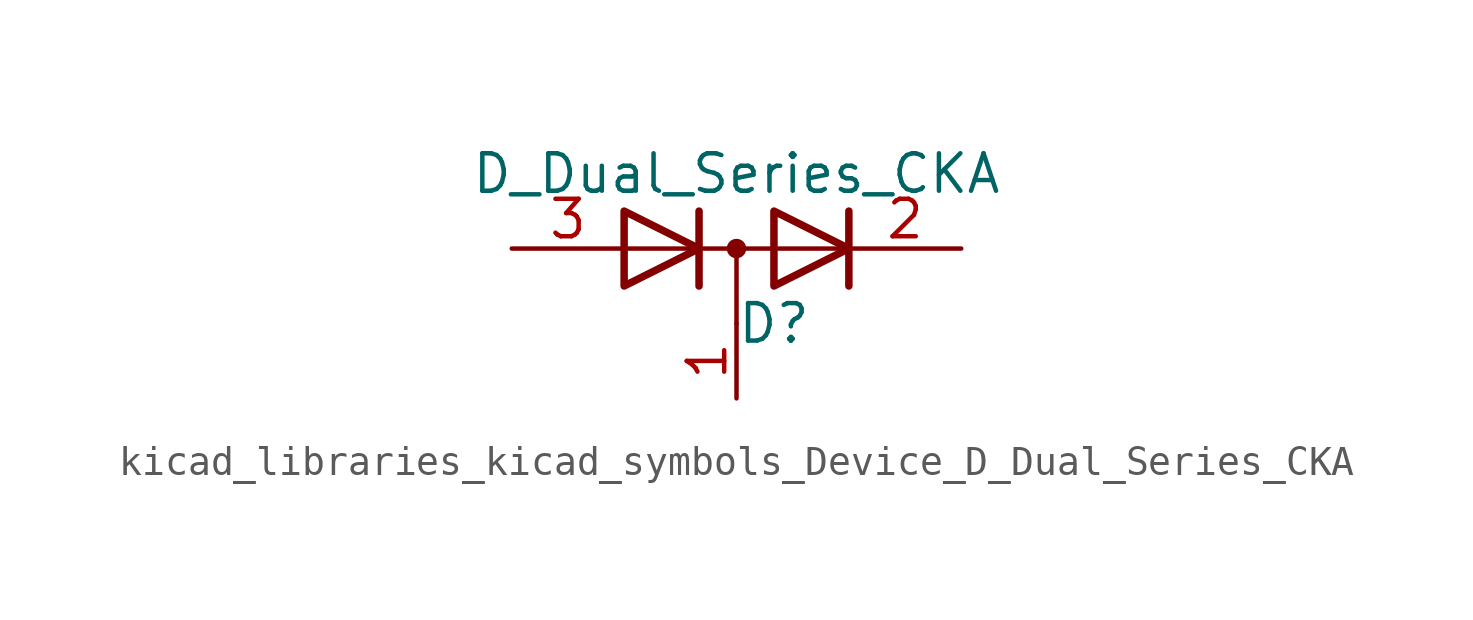
<source format=kicad_sym>
(kicad_symbol_lib
  (version 20220914)
  (generator kicad_symbol_editor)
  (symbol "kicad_libraries_kicad_symbols_Device_D_Dual_Series_CKA"
    (pin_names
      (offset 0.762) hide)
    (property "Reference" "D"
      (at 1.27 -2.54 0)
      (effects (font (size 1.27 1.27))))
    (property "Value" "D_Dual_Series_CKA"
      (at 0 2.54 0)
      (effects (font (size 1.27 1.27))))
    (symbol "kicad_libraries_kicad_symbols_Device_D_Dual_Series_CKA_0_1"
      (polyline (pts (xy -3.81 0) (xy 3.81 0)) (stroke (width 0) (type default)) (fill (type none)))
      (polyline (pts (xy 0 0) (xy 0 -2.54)) (stroke (width 0) (type default)) (fill (type none)))
      (polyline (pts (xy -1.27 -1.27) (xy -1.27 1.27) (xy -1.27 1.27)) (stroke (width 0.254) (type default)) (fill (type none)))
      (polyline (pts (xy 3.81 1.27) (xy 3.81 -1.27) (xy 3.81 -1.27)) (stroke (width 0.254) (type default)) (fill (type none)))
      (polyline (pts (xy -3.81 1.27) (xy -1.27 0) (xy -3.81 -1.27) (xy -3.81 1.27) (xy -3.81 1.27) (xy -3.81 1.27)) (stroke (width 0.254) (type default)) (fill (type none)))
      (polyline (pts (xy 1.27 1.27) (xy 3.81 0) (xy 1.27 -1.27) (xy 1.27 1.27) (xy 1.27 1.27) (xy 1.27 1.27)) (stroke (width 0.254) (type default)) (fill (type none)))
      (circle (center 0 0) (radius 0.254) (stroke (width 0) (type default)) (fill (type outline)))
      (pin passive line (at 0 -5.08 90) (length 2.54) (name "common" (effects (font (size 1.27 1.27)))) (number "1" (effects (font (size 1.27 1.27)))))
      (pin passive line (at 7.62 0 180) (length 3.81) (name "K" (effects (font (size 1.27 1.27)))) (number "2" (effects (font (size 1.27 1.27)))))
      (pin passive line (at -7.62 0 0) (length 3.81) (name "A" (effects (font (size 1.27 1.27)))) (number "3" (effects (font (size 1.27 1.27))))))))
</source>
